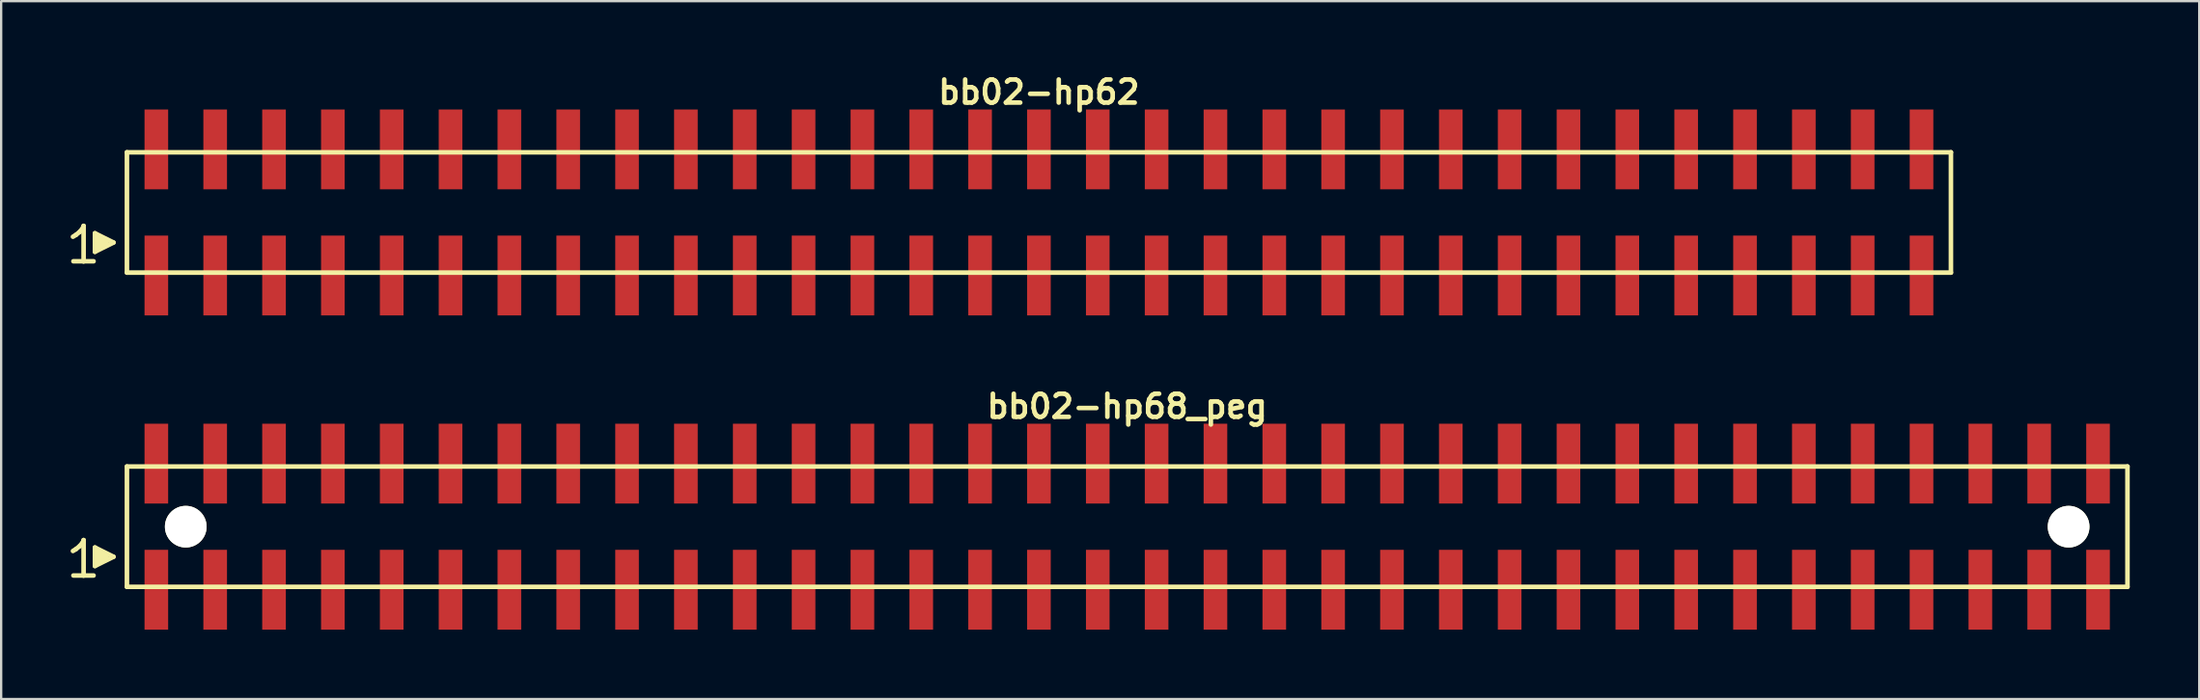
<source format=kicad_pcb>
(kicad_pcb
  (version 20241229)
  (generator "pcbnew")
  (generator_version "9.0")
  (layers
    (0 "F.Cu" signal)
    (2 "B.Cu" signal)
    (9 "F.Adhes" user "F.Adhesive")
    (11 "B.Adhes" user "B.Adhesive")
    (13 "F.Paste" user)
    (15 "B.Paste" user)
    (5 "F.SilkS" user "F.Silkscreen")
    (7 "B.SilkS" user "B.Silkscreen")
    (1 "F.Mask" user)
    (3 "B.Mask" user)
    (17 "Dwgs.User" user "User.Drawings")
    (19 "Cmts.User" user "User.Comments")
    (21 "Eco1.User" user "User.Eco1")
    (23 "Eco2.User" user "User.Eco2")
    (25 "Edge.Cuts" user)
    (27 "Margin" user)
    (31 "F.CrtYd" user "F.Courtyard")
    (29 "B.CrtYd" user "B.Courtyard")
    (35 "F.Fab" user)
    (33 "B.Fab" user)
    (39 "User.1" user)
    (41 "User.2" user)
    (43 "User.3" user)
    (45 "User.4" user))
  (footprint "bb02-hp62"
    (layer "F.Cu")
    (at 41.799 6.132)
    (property "Reference" "bb02-hp62" (at 0 -5.2 0) (layer "F.SilkS") (effects (font (size 0.998 0.998) (thickness 0.198))))
    (attr through_hole)
    (fp_line (start -41.7 1.05) (end -41.57 0.97) (stroke (width 0.198) (type solid)) (layer "F.SilkS"))
    (fp_line (start -41.57 0.97) (end -41.41 0.84) (stroke (width 0.198) (type solid)) (layer "F.SilkS"))
    (fp_line (start -41.41 0.84) (end -41.27 0.67) (stroke (width 0.198) (type solid)) (layer "F.SilkS"))
    (fp_line (start -41.27 0.67) (end -41.24 0.58) (stroke (width 0.198) (type solid)) (layer "F.SilkS"))
    (fp_line (start -41.24 0.58) (end -41.24 2.11) (stroke (width 0.198) (type solid)) (layer "F.SilkS"))
    (fp_line (start -41.24 2.11) (end -41.68 2.11) (stroke (width 0.198) (type solid)) (layer "F.SilkS"))
    (fp_line (start -40.81 2.11) (end -41.25 2.11) (stroke (width 0.198) (type solid)) (layer "F.SilkS"))
    (fp_line (start -40.75 0.9) (end -39.95 1.3) (stroke (width 0.198) (type solid)) (layer "F.SilkS"))
    (fp_line (start -40.75 1.7) (end -40.75 0.9) (stroke (width 0.198) (type solid)) (layer "F.SilkS"))
    (fp_line (start -40.65 1.6) (end -40.65 1) (stroke (width 0.198) (type solid)) (layer "F.SilkS"))
    (fp_line (start -40.55 1.1) (end -40.55 1.5) (stroke (width 0.198) (type solid)) (layer "F.SilkS"))
    (fp_line (start -40.45 1.5) (end -40.45 1.1) (stroke (width 0.198) (type solid)) (layer "F.SilkS"))
    (fp_line (start -40.35 1.2) (end -40.35 1.4) (stroke (width 0.198) (type solid)) (layer "F.SilkS"))
    (fp_line (start -40.25 1.4) (end -40.25 1.2) (stroke (width 0.198) (type solid)) (layer "F.SilkS"))
    (fp_line (start -39.95 1.3) (end -40.75 1.7) (stroke (width 0.198) (type solid)) (layer "F.SilkS"))
    (fp_line (start -39.37 -2.6) (end -39.37 2.6) (stroke (width 0.198) (type solid)) (layer "F.SilkS"))
    (fp_line (start -39.37 -2.6) (end 39.37 -2.6) (stroke (width 0.198) (type solid)) (layer "F.SilkS"))
    (fp_line (start 39.37 2.6) (end -39.37 2.6) (stroke (width 0.198) (type solid)) (layer "F.SilkS"))
    (fp_line (start 39.37 2.6) (end 39.37 -2.6) (stroke (width 0.198) (type solid)) (layer "F.SilkS"))
    (pad "1" smd rect (at -38.1 2.725) (size 1.02 3.45) (layers "F.Cu" "F.Mask" "F.Paste"))
    (pad "2" smd rect (at -38.1 -2.725) (size 1.02 3.45) (layers "F.Cu" "F.Mask" "F.Paste"))
    (pad "3" smd rect (at -35.56 2.725) (size 1.02 3.45) (layers "F.Cu" "F.Mask" "F.Paste"))
    (pad "4" smd rect (at -35.56 -2.725) (size 1.02 3.45) (layers "F.Cu" "F.Mask" "F.Paste"))
    (pad "5" smd rect (at -33.02 2.725) (size 1.02 3.45) (layers "F.Cu" "F.Mask" "F.Paste"))
    (pad "6" smd rect (at -33.02 -2.725) (size 1.02 3.45) (layers "F.Cu" "F.Mask" "F.Paste"))
    (pad "7" smd rect (at -30.48 2.725) (size 1.02 3.45) (layers "F.Cu" "F.Mask" "F.Paste"))
    (pad "8" smd rect (at -30.48 -2.725) (size 1.02 3.45) (layers "F.Cu" "F.Mask" "F.Paste"))
    (pad "9" smd rect (at -27.94 2.725) (size 1.02 3.45) (layers "F.Cu" "F.Mask" "F.Paste"))
    (pad "10" smd rect (at -27.94 -2.725) (size 1.02 3.45) (layers "F.Cu" "F.Mask" "F.Paste"))
    (pad "11" smd rect (at -25.4 2.725) (size 1.02 3.45) (layers "F.Cu" "F.Mask" "F.Paste"))
    (pad "12" smd rect (at -25.4 -2.725) (size 1.02 3.45) (layers "F.Cu" "F.Mask" "F.Paste"))
    (pad "13" smd rect (at -22.86 2.725) (size 1.02 3.45) (layers "F.Cu" "F.Mask" "F.Paste"))
    (pad "14" smd rect (at -22.86 -2.725) (size 1.02 3.45) (layers "F.Cu" "F.Mask" "F.Paste"))
    (pad "15" smd rect (at -20.32 2.725) (size 1.02 3.45) (layers "F.Cu" "F.Mask" "F.Paste"))
    (pad "16" smd rect (at -20.32 -2.725) (size 1.02 3.45) (layers "F.Cu" "F.Mask" "F.Paste"))
    (pad "17" smd rect (at -17.78 2.725) (size 1.02 3.45) (layers "F.Cu" "F.Mask" "F.Paste"))
    (pad "18" smd rect (at -17.78 -2.725) (size 1.02 3.45) (layers "F.Cu" "F.Mask" "F.Paste"))
    (pad "19" smd rect (at -15.24 2.725) (size 1.02 3.45) (layers "F.Cu" "F.Mask" "F.Paste"))
    (pad "20" smd rect (at -15.24 -2.725) (size 1.02 3.45) (layers "F.Cu" "F.Mask" "F.Paste"))
    (pad "21" smd rect (at -12.7 2.725) (size 1.02 3.45) (layers "F.Cu" "F.Mask" "F.Paste"))
    (pad "22" smd rect (at -12.7 -2.725) (size 1.02 3.45) (layers "F.Cu" "F.Mask" "F.Paste"))
    (pad "23" smd rect (at -10.16 2.725) (size 1.02 3.45) (layers "F.Cu" "F.Mask" "F.Paste"))
    (pad "24" smd rect (at -10.16 -2.725) (size 1.02 3.45) (layers "F.Cu" "F.Mask" "F.Paste"))
    (pad "25" smd rect (at -7.62 2.725) (size 1.02 3.45) (layers "F.Cu" "F.Mask" "F.Paste"))
    (pad "26" smd rect (at -7.62 -2.725) (size 1.02 3.45) (layers "F.Cu" "F.Mask" "F.Paste"))
    (pad "27" smd rect (at -5.08 2.725) (size 1.02 3.45) (layers "F.Cu" "F.Mask" "F.Paste"))
    (pad "28" smd rect (at -5.08 -2.725) (size 1.02 3.45) (layers "F.Cu" "F.Mask" "F.Paste"))
    (pad "29" smd rect (at -2.54 2.725) (size 1.02 3.45) (layers "F.Cu" "F.Mask" "F.Paste"))
    (pad "30" smd rect (at -2.54 -2.725) (size 1.02 3.45) (layers "F.Cu" "F.Mask" "F.Paste"))
    (pad "31" smd rect (at 0 2.725) (size 1.02 3.45) (layers "F.Cu" "F.Mask" "F.Paste"))
    (pad "32" smd rect (at 0 -2.725) (size 1.02 3.45) (layers "F.Cu" "F.Mask" "F.Paste"))
    (pad "33" smd rect (at 2.54 2.725) (size 1.02 3.45) (layers "F.Cu" "F.Mask" "F.Paste"))
    (pad "34" smd rect (at 2.54 -2.725) (size 1.02 3.45) (layers "F.Cu" "F.Mask" "F.Paste"))
    (pad "35" smd rect (at 5.08 2.725) (size 1.02 3.45) (layers "F.Cu" "F.Mask" "F.Paste"))
    (pad "36" smd rect (at 5.08 -2.725) (size 1.02 3.45) (layers "F.Cu" "F.Mask" "F.Paste"))
    (pad "37" smd rect (at 7.62 2.725) (size 1.02 3.45) (layers "F.Cu" "F.Mask" "F.Paste"))
    (pad "38" smd rect (at 7.62 -2.725) (size 1.02 3.45) (layers "F.Cu" "F.Mask" "F.Paste"))
    (pad "39" smd rect (at 10.16 2.725) (size 1.02 3.45) (layers "F.Cu" "F.Mask" "F.Paste"))
    (pad "40" smd rect (at 10.16 -2.725) (size 1.02 3.45) (layers "F.Cu" "F.Mask" "F.Paste"))
    (pad "41" smd rect (at 12.7 2.725) (size 1.02 3.45) (layers "F.Cu" "F.Mask" "F.Paste"))
    (pad "42" smd rect (at 12.7 -2.725) (size 1.02 3.45) (layers "F.Cu" "F.Mask" "F.Paste"))
    (pad "43" smd rect (at 15.24 2.725) (size 1.02 3.45) (layers "F.Cu" "F.Mask" "F.Paste"))
    (pad "44" smd rect (at 15.24 -2.725) (size 1.02 3.45) (layers "F.Cu" "F.Mask" "F.Paste"))
    (pad "45" smd rect (at 17.78 2.725) (size 1.02 3.45) (layers "F.Cu" "F.Mask" "F.Paste"))
    (pad "46" smd rect (at 17.78 -2.725) (size 1.02 3.45) (layers "F.Cu" "F.Mask" "F.Paste"))
    (pad "47" smd rect (at 20.32 2.725) (size 1.02 3.45) (layers "F.Cu" "F.Mask" "F.Paste"))
    (pad "48" smd rect (at 20.32 -2.725) (size 1.02 3.45) (layers "F.Cu" "F.Mask" "F.Paste"))
    (pad "49" smd rect (at 22.86 2.725) (size 1.02 3.45) (layers "F.Cu" "F.Mask" "F.Paste"))
    (pad "50" smd rect (at 22.86 -2.725) (size 1.02 3.45) (layers "F.Cu" "F.Mask" "F.Paste"))
    (pad "51" smd rect (at 25.4 2.725) (size 1.02 3.45) (layers "F.Cu" "F.Mask" "F.Paste"))
    (pad "52" smd rect (at 25.4 -2.725) (size 1.02 3.45) (layers "F.Cu" "F.Mask" "F.Paste"))
    (pad "53" smd rect (at 27.94 2.725) (size 1.02 3.45) (layers "F.Cu" "F.Mask" "F.Paste"))
    (pad "54" smd rect (at 27.94 -2.725) (size 1.02 3.45) (layers "F.Cu" "F.Mask" "F.Paste"))
    (pad "55" smd rect (at 30.48 2.725) (size 1.02 3.45) (layers "F.Cu" "F.Mask" "F.Paste"))
    (pad "56" smd rect (at 30.48 -2.725) (size 1.02 3.45) (layers "F.Cu" "F.Mask" "F.Paste"))
    (pad "57" smd rect (at 33.02 2.725) (size 1.02 3.45) (layers "F.Cu" "F.Mask" "F.Paste"))
    (pad "58" smd rect (at 33.02 -2.725) (size 1.02 3.45) (layers "F.Cu" "F.Mask" "F.Paste"))
    (pad "59" smd rect (at 35.56 2.725) (size 1.02 3.45) (layers "F.Cu" "F.Mask" "F.Paste"))
    (pad "60" smd rect (at 35.56 -2.725) (size 1.02 3.45) (layers "F.Cu" "F.Mask" "F.Paste"))
    (pad "61" smd rect (at 38.1 2.725) (size 1.02 3.45) (layers "F.Cu" "F.Mask" "F.Paste"))
    (pad "62" smd rect (at 38.1 -2.725) (size 1.02 3.45) (layers "F.Cu" "F.Mask" "F.Paste")))
  (footprint "bb02-hp68_peg"
    (layer "F.Cu")
    (at 45.609 19.713)
    (property "Reference" "bb02-hp68_peg" (at 0 -5.2 0) (layer "F.SilkS") (effects (font (size 0.998 0.998) (thickness 0.198))))
    (attr through_hole)
    (fp_line (start -45.51 1.05) (end -45.38 0.97) (stroke (width 0.198) (type solid)) (layer "F.SilkS"))
    (fp_line (start -45.38 0.97) (end -45.22 0.84) (stroke (width 0.198) (type solid)) (layer "F.SilkS"))
    (fp_line (start -45.22 0.84) (end -45.08 0.67) (stroke (width 0.198) (type solid)) (layer "F.SilkS"))
    (fp_line (start -45.08 0.67) (end -45.05 0.58) (stroke (width 0.198) (type solid)) (layer "F.SilkS"))
    (fp_line (start -45.05 0.58) (end -45.05 2.11) (stroke (width 0.198) (type solid)) (layer "F.SilkS"))
    (fp_line (start -45.05 2.11) (end -45.49 2.11) (stroke (width 0.198) (type solid)) (layer "F.SilkS"))
    (fp_line (start -44.62 2.11) (end -45.06 2.11) (stroke (width 0.198) (type solid)) (layer "F.SilkS"))
    (fp_line (start -44.56 0.9) (end -43.76 1.3) (stroke (width 0.198) (type solid)) (layer "F.SilkS"))
    (fp_line (start -44.56 1.7) (end -44.56 0.9) (stroke (width 0.198) (type solid)) (layer "F.SilkS"))
    (fp_line (start -44.46 1.6) (end -44.46 1) (stroke (width 0.198) (type solid)) (layer "F.SilkS"))
    (fp_line (start -44.36 1.1) (end -44.36 1.5) (stroke (width 0.198) (type solid)) (layer "F.SilkS"))
    (fp_line (start -44.26 1.5) (end -44.26 1.1) (stroke (width 0.198) (type solid)) (layer "F.SilkS"))
    (fp_line (start -44.16 1.2) (end -44.16 1.4) (stroke (width 0.198) (type solid)) (layer "F.SilkS"))
    (fp_line (start -44.06 1.4) (end -44.06 1.2) (stroke (width 0.198) (type solid)) (layer "F.SilkS"))
    (fp_line (start -43.76 1.3) (end -44.56 1.7) (stroke (width 0.198) (type solid)) (layer "F.SilkS"))
    (fp_line (start -43.18 -2.6) (end -43.18 2.6) (stroke (width 0.198) (type solid)) (layer "F.SilkS"))
    (fp_line (start -43.18 -2.6) (end 43.18 -2.6) (stroke (width 0.198) (type solid)) (layer "F.SilkS"))
    (fp_line (start 43.18 2.6) (end -43.18 2.6) (stroke (width 0.198) (type solid)) (layer "F.SilkS"))
    (fp_line (start 43.18 2.6) (end 43.18 -2.6) (stroke (width 0.198) (type solid)) (layer "F.SilkS"))
    (pad "" np_thru_hole circle (at -40.64 0) (size 1.8 1.8) (drill 1.8) (layers "*.Cu" "*.Mask" "F.SilkS"))
    (pad "" np_thru_hole circle (at 40.64 0) (size 1.8 1.8) (drill 1.8) (layers "*.Cu" "*.Mask" "F.SilkS"))
    (pad "1" smd rect (at -41.91 2.725) (size 1.02 3.45) (layers "F.Cu" "F.Mask" "F.Paste"))
    (pad "2" smd rect (at -41.91 -2.725) (size 1.02 3.45) (layers "F.Cu" "F.Mask" "F.Paste"))
    (pad "3" smd rect (at -39.37 2.725) (size 1.02 3.45) (layers "F.Cu" "F.Mask" "F.Paste"))
    (pad "4" smd rect (at -39.37 -2.725) (size 1.02 3.45) (layers "F.Cu" "F.Mask" "F.Paste"))
    (pad "5" smd rect (at -36.83 2.725) (size 1.02 3.45) (layers "F.Cu" "F.Mask" "F.Paste"))
    (pad "6" smd rect (at -36.83 -2.725) (size 1.02 3.45) (layers "F.Cu" "F.Mask" "F.Paste"))
    (pad "7" smd rect (at -34.29 2.725) (size 1.02 3.45) (layers "F.Cu" "F.Mask" "F.Paste"))
    (pad "8" smd rect (at -34.29 -2.725) (size 1.02 3.45) (layers "F.Cu" "F.Mask" "F.Paste"))
    (pad "9" smd rect (at -31.75 2.725) (size 1.02 3.45) (layers "F.Cu" "F.Mask" "F.Paste"))
    (pad "10" smd rect (at -31.75 -2.725) (size 1.02 3.45) (layers "F.Cu" "F.Mask" "F.Paste"))
    (pad "11" smd rect (at -29.21 2.725) (size 1.02 3.45) (layers "F.Cu" "F.Mask" "F.Paste"))
    (pad "12" smd rect (at -29.21 -2.725) (size 1.02 3.45) (layers "F.Cu" "F.Mask" "F.Paste"))
    (pad "13" smd rect (at -26.67 2.725) (size 1.02 3.45) (layers "F.Cu" "F.Mask" "F.Paste"))
    (pad "14" smd rect (at -26.67 -2.725) (size 1.02 3.45) (layers "F.Cu" "F.Mask" "F.Paste"))
    (pad "15" smd rect (at -24.13 2.725) (size 1.02 3.45) (layers "F.Cu" "F.Mask" "F.Paste"))
    (pad "16" smd rect (at -24.13 -2.725) (size 1.02 3.45) (layers "F.Cu" "F.Mask" "F.Paste"))
    (pad "17" smd rect (at -21.59 2.725) (size 1.02 3.45) (layers "F.Cu" "F.Mask" "F.Paste"))
    (pad "18" smd rect (at -21.59 -2.725) (size 1.02 3.45) (layers "F.Cu" "F.Mask" "F.Paste"))
    (pad "19" smd rect (at -19.05 2.725) (size 1.02 3.45) (layers "F.Cu" "F.Mask" "F.Paste"))
    (pad "20" smd rect (at -19.05 -2.725) (size 1.02 3.45) (layers "F.Cu" "F.Mask" "F.Paste"))
    (pad "21" smd rect (at -16.51 2.725) (size 1.02 3.45) (layers "F.Cu" "F.Mask" "F.Paste"))
    (pad "22" smd rect (at -16.51 -2.725) (size 1.02 3.45) (layers "F.Cu" "F.Mask" "F.Paste"))
    (pad "23" smd rect (at -13.97 2.725) (size 1.02 3.45) (layers "F.Cu" "F.Mask" "F.Paste"))
    (pad "24" smd rect (at -13.97 -2.725) (size 1.02 3.45) (layers "F.Cu" "F.Mask" "F.Paste"))
    (pad "25" smd rect (at -11.43 2.725) (size 1.02 3.45) (layers "F.Cu" "F.Mask" "F.Paste"))
    (pad "26" smd rect (at -11.43 -2.725) (size 1.02 3.45) (layers "F.Cu" "F.Mask" "F.Paste"))
    (pad "27" smd rect (at -8.89 2.725) (size 1.02 3.45) (layers "F.Cu" "F.Mask" "F.Paste"))
    (pad "28" smd rect (at -8.89 -2.725) (size 1.02 3.45) (layers "F.Cu" "F.Mask" "F.Paste"))
    (pad "29" smd rect (at -6.35 2.725) (size 1.02 3.45) (layers "F.Cu" "F.Mask" "F.Paste"))
    (pad "30" smd rect (at -6.35 -2.725) (size 1.02 3.45) (layers "F.Cu" "F.Mask" "F.Paste"))
    (pad "31" smd rect (at -3.81 2.725) (size 1.02 3.45) (layers "F.Cu" "F.Mask" "F.Paste"))
    (pad "32" smd rect (at -3.81 -2.725) (size 1.02 3.45) (layers "F.Cu" "F.Mask" "F.Paste"))
    (pad "33" smd rect (at -1.27 2.725) (size 1.02 3.45) (layers "F.Cu" "F.Mask" "F.Paste"))
    (pad "34" smd rect (at -1.27 -2.725) (size 1.02 3.45) (layers "F.Cu" "F.Mask" "F.Paste"))
    (pad "35" smd rect (at 1.27 2.725) (size 1.02 3.45) (layers "F.Cu" "F.Mask" "F.Paste"))
    (pad "36" smd rect (at 1.27 -2.725) (size 1.02 3.45) (layers "F.Cu" "F.Mask" "F.Paste"))
    (pad "37" smd rect (at 3.81 2.725) (size 1.02 3.45) (layers "F.Cu" "F.Mask" "F.Paste"))
    (pad "38" smd rect (at 3.81 -2.725) (size 1.02 3.45) (layers "F.Cu" "F.Mask" "F.Paste"))
    (pad "39" smd rect (at 6.35 2.725) (size 1.02 3.45) (layers "F.Cu" "F.Mask" "F.Paste"))
    (pad "40" smd rect (at 6.35 -2.725) (size 1.02 3.45) (layers "F.Cu" "F.Mask" "F.Paste"))
    (pad "41" smd rect (at 8.89 2.725) (size 1.02 3.45) (layers "F.Cu" "F.Mask" "F.Paste"))
    (pad "42" smd rect (at 8.89 -2.725) (size 1.02 3.45) (layers "F.Cu" "F.Mask" "F.Paste"))
    (pad "43" smd rect (at 11.43 2.725) (size 1.02 3.45) (layers "F.Cu" "F.Mask" "F.Paste"))
    (pad "44" smd rect (at 11.43 -2.725) (size 1.02 3.45) (layers "F.Cu" "F.Mask" "F.Paste"))
    (pad "45" smd rect (at 13.97 2.725) (size 1.02 3.45) (layers "F.Cu" "F.Mask" "F.Paste"))
    (pad "46" smd rect (at 13.97 -2.725) (size 1.02 3.45) (layers "F.Cu" "F.Mask" "F.Paste"))
    (pad "47" smd rect (at 16.51 2.725) (size 1.02 3.45) (layers "F.Cu" "F.Mask" "F.Paste"))
    (pad "48" smd rect (at 16.51 -2.725) (size 1.02 3.45) (layers "F.Cu" "F.Mask" "F.Paste"))
    (pad "49" smd rect (at 19.05 2.725) (size 1.02 3.45) (layers "F.Cu" "F.Mask" "F.Paste"))
    (pad "50" smd rect (at 19.05 -2.725) (size 1.02 3.45) (layers "F.Cu" "F.Mask" "F.Paste"))
    (pad "51" smd rect (at 21.59 2.725) (size 1.02 3.45) (layers "F.Cu" "F.Mask" "F.Paste"))
    (pad "52" smd rect (at 21.59 -2.725) (size 1.02 3.45) (layers "F.Cu" "F.Mask" "F.Paste"))
    (pad "53" smd rect (at 24.13 2.725) (size 1.02 3.45) (layers "F.Cu" "F.Mask" "F.Paste"))
    (pad "54" smd rect (at 24.13 -2.725) (size 1.02 3.45) (layers "F.Cu" "F.Mask" "F.Paste"))
    (pad "55" smd rect (at 26.67 2.725) (size 1.02 3.45) (layers "F.Cu" "F.Mask" "F.Paste"))
    (pad "56" smd rect (at 26.67 -2.725) (size 1.02 3.45) (layers "F.Cu" "F.Mask" "F.Paste"))
    (pad "57" smd rect (at 29.21 2.725) (size 1.02 3.45) (layers "F.Cu" "F.Mask" "F.Paste"))
    (pad "58" smd rect (at 29.21 -2.725) (size 1.02 3.45) (layers "F.Cu" "F.Mask" "F.Paste"))
    (pad "59" smd rect (at 31.75 2.725) (size 1.02 3.45) (layers "F.Cu" "F.Mask" "F.Paste"))
    (pad "60" smd rect (at 31.75 -2.725) (size 1.02 3.45) (layers "F.Cu" "F.Mask" "F.Paste"))
    (pad "61" smd rect (at 34.29 2.725) (size 1.02 3.45) (layers "F.Cu" "F.Mask" "F.Paste"))
    (pad "62" smd rect (at 34.29 -2.725) (size 1.02 3.45) (layers "F.Cu" "F.Mask" "F.Paste"))
    (pad "63" smd rect (at 36.83 2.725) (size 1.02 3.45) (layers "F.Cu" "F.Mask" "F.Paste"))
    (pad "64" smd rect (at 36.83 -2.725) (size 1.02 3.45) (layers "F.Cu" "F.Mask" "F.Paste"))
    (pad "65" smd rect (at 39.37 2.725) (size 1.02 3.45) (layers "F.Cu" "F.Mask" "F.Paste"))
    (pad "66" smd rect (at 39.37 -2.725) (size 1.02 3.45) (layers "F.Cu" "F.Mask" "F.Paste"))
    (pad "67" smd rect (at 41.91 2.725) (size 1.02 3.45) (layers "F.Cu" "F.Mask" "F.Paste"))
    (pad "68" smd rect (at 41.91 -2.725) (size 1.02 3.45) (layers "F.Cu" "F.Mask" "F.Paste")))
  (gr_rect
    (start -3 -3)
    (end 91.888 27.163)
    (stroke (width 0.1) (type default))
    (fill no)
    (layer "Edge.Cuts")))
</source>
